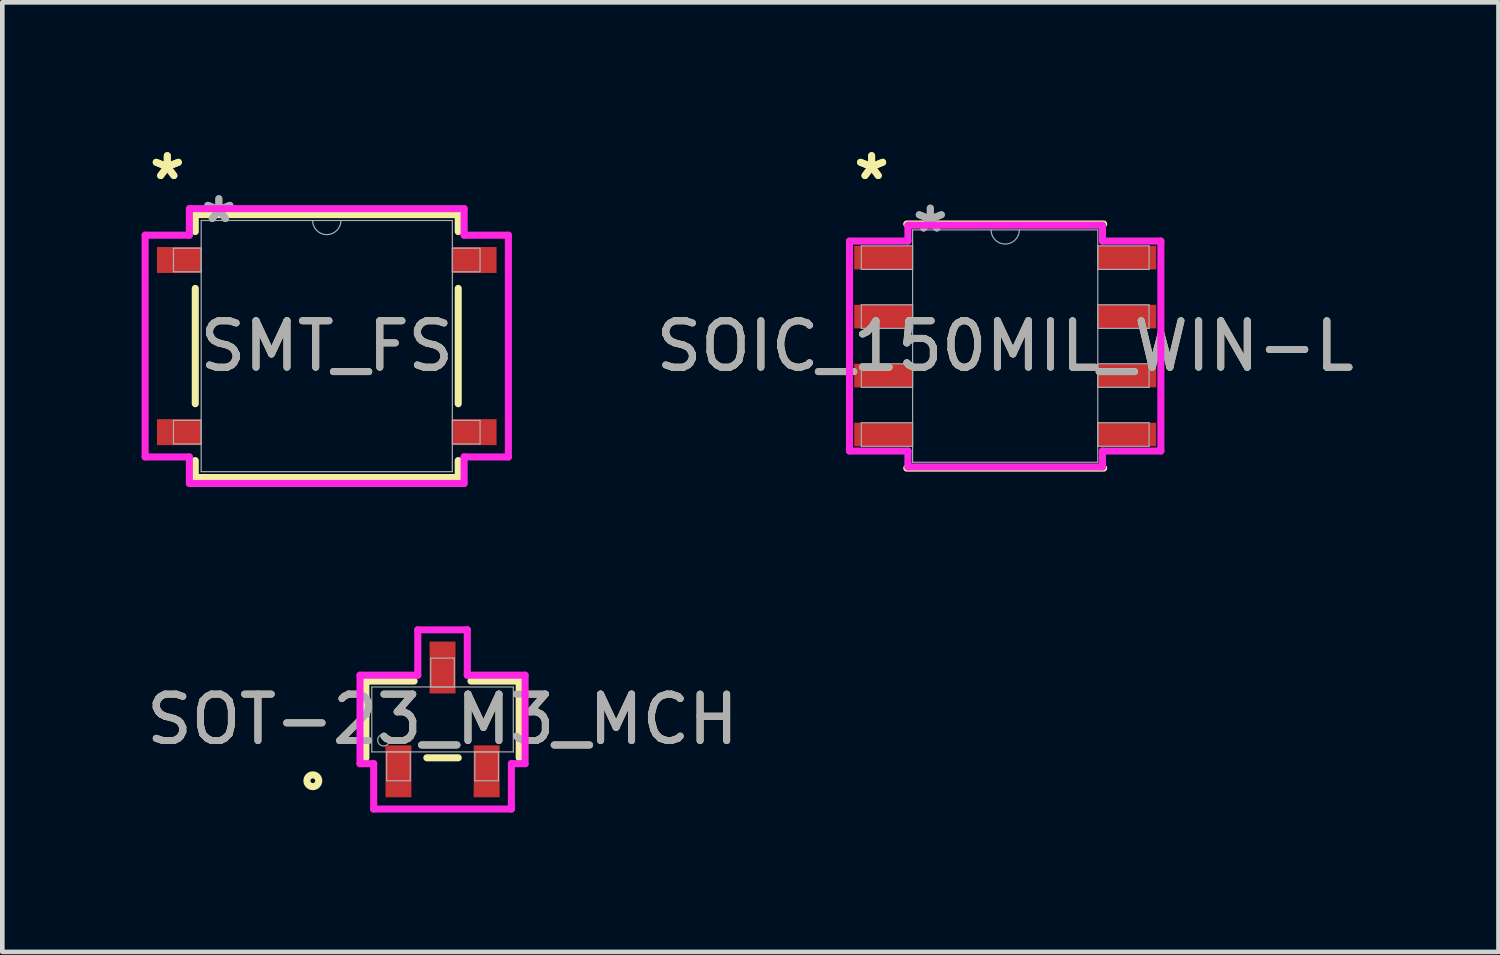
<source format=kicad_pcb>
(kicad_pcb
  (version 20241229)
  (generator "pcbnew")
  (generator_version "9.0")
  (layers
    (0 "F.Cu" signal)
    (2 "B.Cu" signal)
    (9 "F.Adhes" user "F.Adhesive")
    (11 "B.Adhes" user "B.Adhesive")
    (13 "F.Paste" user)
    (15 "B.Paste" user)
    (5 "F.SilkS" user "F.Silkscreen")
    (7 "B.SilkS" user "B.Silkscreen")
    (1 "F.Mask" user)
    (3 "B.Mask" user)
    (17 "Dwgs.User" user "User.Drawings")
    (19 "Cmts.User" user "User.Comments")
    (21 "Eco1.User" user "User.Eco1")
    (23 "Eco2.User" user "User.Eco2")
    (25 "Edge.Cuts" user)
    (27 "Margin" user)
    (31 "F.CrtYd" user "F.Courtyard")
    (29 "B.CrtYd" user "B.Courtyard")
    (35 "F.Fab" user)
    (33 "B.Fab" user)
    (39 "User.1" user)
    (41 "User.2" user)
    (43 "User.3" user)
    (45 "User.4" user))
  (footprint "SOIC_150MIL_WIN-L"
    (layer "F.Cu")
    (at 18.601 4.404)
    (property "Reference" "SOIC_150MIL_WIN-L" (at 0 0 0) (unlocked yes) (layer "F.SilkS") (effects (font (size 1 1) (thickness 0.15))))
    (attr smd)
    (fp_line (start -2.121 2.629) (end 2.121 2.629) (stroke (width 0.152) (type solid)) (layer "F.SilkS"))
    (fp_line (start 2.121 -2.629) (end -2.121 -2.629) (stroke (width 0.152) (type solid)) (layer "F.SilkS"))
    (fp_line (start -3.353 -2.261) (end -2.095 -2.261) (stroke (width 0.152) (type solid)) (layer "F.CrtYd"))
    (fp_line (start -3.353 2.261) (end -3.353 -2.261) (stroke (width 0.152) (type solid)) (layer "F.CrtYd"))
    (fp_line (start -3.353 2.261) (end -2.095 2.261) (stroke (width 0.152) (type solid)) (layer "F.CrtYd"))
    (fp_line (start -2.095 -2.603) (end 2.095 -2.603) (stroke (width 0.152) (type solid)) (layer "F.CrtYd"))
    (fp_line (start -2.095 -2.261) (end -2.095 -2.603) (stroke (width 0.152) (type solid)) (layer "F.CrtYd"))
    (fp_line (start -2.095 2.603) (end -2.095 2.261) (stroke (width 0.152) (type solid)) (layer "F.CrtYd"))
    (fp_line (start 2.095 -2.603) (end 2.095 -2.261) (stroke (width 0.152) (type solid)) (layer "F.CrtYd"))
    (fp_line (start 2.095 2.261) (end 2.095 2.603) (stroke (width 0.152) (type solid)) (layer "F.CrtYd"))
    (fp_line (start 2.095 2.603) (end -2.095 2.603) (stroke (width 0.152) (type solid)) (layer "F.CrtYd"))
    (fp_line (start 3.353 -2.261) (end 2.095 -2.261) (stroke (width 0.152) (type solid)) (layer "F.CrtYd"))
    (fp_line (start 3.353 -2.261) (end 3.353 2.261) (stroke (width 0.152) (type solid)) (layer "F.CrtYd"))
    (fp_line (start 3.353 2.261) (end 2.095 2.261) (stroke (width 0.152) (type solid)) (layer "F.CrtYd"))
    (fp_line (start -3.099 -2.159) (end -3.099 -1.651) (stroke (width 0.025) (type solid)) (layer "F.Fab"))
    (fp_line (start -3.099 -1.651) (end -1.994 -1.651) (stroke (width 0.025) (type solid)) (layer "F.Fab"))
    (fp_line (start -3.099 -0.889) (end -3.099 -0.381) (stroke (width 0.025) (type solid)) (layer "F.Fab"))
    (fp_line (start -3.099 -0.381) (end -1.994 -0.381) (stroke (width 0.025) (type solid)) (layer "F.Fab"))
    (fp_line (start -3.099 0.381) (end -3.099 0.889) (stroke (width 0.025) (type solid)) (layer "F.Fab"))
    (fp_line (start -3.099 0.889) (end -1.994 0.889) (stroke (width 0.025) (type solid)) (layer "F.Fab"))
    (fp_line (start -3.099 1.651) (end -3.099 2.159) (stroke (width 0.025) (type solid)) (layer "F.Fab"))
    (fp_line (start -3.099 2.159) (end -1.994 2.159) (stroke (width 0.025) (type solid)) (layer "F.Fab"))
    (fp_line (start -1.994 -2.502) (end -1.994 2.502) (stroke (width 0.025) (type solid)) (layer "F.Fab"))
    (fp_line (start -1.994 -2.159) (end -3.099 -2.159) (stroke (width 0.025) (type solid)) (layer "F.Fab"))
    (fp_line (start -1.994 -1.651) (end -1.994 -2.159) (stroke (width 0.025) (type solid)) (layer "F.Fab"))
    (fp_line (start -1.994 -0.889) (end -3.099 -0.889) (stroke (width 0.025) (type solid)) (layer "F.Fab"))
    (fp_line (start -1.994 -0.381) (end -1.994 -0.889) (stroke (width 0.025) (type solid)) (layer "F.Fab"))
    (fp_line (start -1.994 0.381) (end -3.099 0.381) (stroke (width 0.025) (type solid)) (layer "F.Fab"))
    (fp_line (start -1.994 0.889) (end -1.994 0.381) (stroke (width 0.025) (type solid)) (layer "F.Fab"))
    (fp_line (start -1.994 1.651) (end -3.099 1.651) (stroke (width 0.025) (type solid)) (layer "F.Fab"))
    (fp_line (start -1.994 2.159) (end -1.994 1.651) (stroke (width 0.025) (type solid)) (layer "F.Fab"))
    (fp_line (start -1.994 2.502) (end 1.994 2.502) (stroke (width 0.025) (type solid)) (layer "F.Fab"))
    (fp_line (start 1.994 -2.502) (end -1.994 -2.502) (stroke (width 0.025) (type solid)) (layer "F.Fab"))
    (fp_line (start 1.994 -2.159) (end 1.994 -1.651) (stroke (width 0.025) (type solid)) (layer "F.Fab"))
    (fp_line (start 1.994 -1.651) (end 3.099 -1.651) (stroke (width 0.025) (type solid)) (layer "F.Fab"))
    (fp_line (start 1.994 -0.889) (end 1.994 -0.381) (stroke (width 0.025) (type solid)) (layer "F.Fab"))
    (fp_line (start 1.994 -0.381) (end 3.099 -0.381) (stroke (width 0.025) (type solid)) (layer "F.Fab"))
    (fp_line (start 1.994 0.381) (end 1.994 0.889) (stroke (width 0.025) (type solid)) (layer "F.Fab"))
    (fp_line (start 1.994 0.889) (end 3.099 0.889) (stroke (width 0.025) (type solid)) (layer "F.Fab"))
    (fp_line (start 1.994 1.651) (end 1.994 2.159) (stroke (width 0.025) (type solid)) (layer "F.Fab"))
    (fp_line (start 1.994 2.159) (end 3.099 2.159) (stroke (width 0.025) (type solid)) (layer "F.Fab"))
    (fp_line (start 1.994 2.502) (end 1.994 -2.502) (stroke (width 0.025) (type solid)) (layer "F.Fab"))
    (fp_line (start 3.099 -2.159) (end 1.994 -2.159) (stroke (width 0.025) (type solid)) (layer "F.Fab"))
    (fp_line (start 3.099 -1.651) (end 3.099 -2.159) (stroke (width 0.025) (type solid)) (layer "F.Fab"))
    (fp_line (start 3.099 -0.889) (end 1.994 -0.889) (stroke (width 0.025) (type solid)) (layer "F.Fab"))
    (fp_line (start 3.099 -0.381) (end 3.099 -0.889) (stroke (width 0.025) (type solid)) (layer "F.Fab"))
    (fp_line (start 3.099 0.381) (end 1.994 0.381) (stroke (width 0.025) (type solid)) (layer "F.Fab"))
    (fp_line (start 3.099 0.889) (end 3.099 0.381) (stroke (width 0.025) (type solid)) (layer "F.Fab"))
    (fp_line (start 3.099 1.651) (end 1.994 1.651) (stroke (width 0.025) (type solid)) (layer "F.Fab"))
    (fp_line (start 3.099 2.159) (end 3.099 1.651) (stroke (width 0.025) (type solid)) (layer "F.Fab"))
    (fp_arc (start 0.3048 -2.5019) (mid 0 -2.1971) (end -0.3048 -2.5019) (stroke (width 0.0254) (type solid)) (layer "F.Fab"))
    (fp_text user "*" (at -2.877 -3.556 0) (unlocked yes) (layer "F.SilkS") (effects (font (size 1 1) (thickness 0.15))))
    (fp_text user "*" (at -2.877 -3.556 0) (layer "F.SilkS") (effects (font (size 1 1) (thickness 0.15))))
    (fp_text user "*" (at -1.613 -2.426 0) (unlocked yes) (layer "F.Fab") (effects (font (size 1 1) (thickness 0.15))))
    (fp_text user "${REFERENCE}" (at 0 0 0) (unlocked yes) (layer "F.Fab") (effects (font (size 1 1) (thickness 0.15))))
    (fp_text user "*" (at -1.613 -2.426 0) (layer "F.Fab") (effects (font (size 1 1) (thickness 0.15))))
    (pad "1" smd rect (at -2.623 -1.905) (size 1.257 0.508) (layers "F.Cu" "F.Mask" "F.Paste"))
    (pad "2" smd rect (at -2.623 -0.635) (size 1.257 0.508) (layers "F.Cu" "F.Mask" "F.Paste"))
    (pad "3" smd rect (at -2.623 0.635) (size 1.257 0.508) (layers "F.Cu" "F.Mask" "F.Paste"))
    (pad "4" smd rect (at -2.623 1.905) (size 1.257 0.508) (layers "F.Cu" "F.Mask" "F.Paste"))
    (pad "5" smd rect (at 2.623 1.905) (size 1.257 0.508) (layers "F.Cu" "F.Mask" "F.Paste"))
    (pad "6" smd rect (at 2.623 0.635) (size 1.257 0.508) (layers "F.Cu" "F.Mask" "F.Paste"))
    (pad "7" smd rect (at 2.623 -0.635) (size 1.257 0.508) (layers "F.Cu" "F.Mask" "F.Paste"))
    (pad "8" smd rect (at 2.623 -1.905) (size 1.257 0.508) (layers "F.Cu" "F.Mask" "F.Paste")))
  (footprint "SMT_FS"
    (layer "F.Cu")
    (at 3.988 4.404)
    (property "Reference" "SMT_FS" (at 0 0 0) (unlocked yes) (layer "F.SilkS") (effects (font (size 1 1) (thickness 0.15))))
    (attr smd)
    (fp_line (start -2.832 -2.832) (end -2.832 -2.466) (stroke (width 0.152) (type solid)) (layer "F.SilkS"))
    (fp_line (start -2.832 -1.242) (end -2.832 1.242) (stroke (width 0.152) (type solid)) (layer "F.SilkS"))
    (fp_line (start -2.832 2.466) (end -2.832 2.832) (stroke (width 0.152) (type solid)) (layer "F.SilkS"))
    (fp_line (start -2.832 2.832) (end 2.832 2.832) (stroke (width 0.152) (type solid)) (layer "F.SilkS"))
    (fp_line (start 2.832 -2.832) (end -2.832 -2.832) (stroke (width 0.152) (type solid)) (layer "F.SilkS"))
    (fp_line (start 2.832 -2.466) (end 2.832 -2.832) (stroke (width 0.152) (type solid)) (layer "F.SilkS"))
    (fp_line (start 2.832 1.242) (end 2.832 -1.242) (stroke (width 0.152) (type solid)) (layer "F.SilkS"))
    (fp_line (start 2.832 2.832) (end 2.832 2.466) (stroke (width 0.152) (type solid)) (layer "F.SilkS"))
    (fp_line (start -3.912 -2.388) (end -2.959 -2.388) (stroke (width 0.152) (type solid)) (layer "F.CrtYd"))
    (fp_line (start -3.912 2.388) (end -3.912 -2.388) (stroke (width 0.152) (type solid)) (layer "F.CrtYd"))
    (fp_line (start -3.912 2.388) (end -2.959 2.388) (stroke (width 0.152) (type solid)) (layer "F.CrtYd"))
    (fp_line (start -2.959 -2.959) (end 2.959 -2.959) (stroke (width 0.152) (type solid)) (layer "F.CrtYd"))
    (fp_line (start -2.959 -2.388) (end -2.959 -2.959) (stroke (width 0.152) (type solid)) (layer "F.CrtYd"))
    (fp_line (start -2.959 2.959) (end -2.959 2.388) (stroke (width 0.152) (type solid)) (layer "F.CrtYd"))
    (fp_line (start 2.959 -2.959) (end 2.959 -2.388) (stroke (width 0.152) (type solid)) (layer "F.CrtYd"))
    (fp_line (start 2.959 2.388) (end 2.959 2.959) (stroke (width 0.152) (type solid)) (layer "F.CrtYd"))
    (fp_line (start 2.959 2.959) (end -2.959 2.959) (stroke (width 0.152) (type solid)) (layer "F.CrtYd"))
    (fp_line (start 3.912 -2.388) (end 2.959 -2.388) (stroke (width 0.152) (type solid)) (layer "F.CrtYd"))
    (fp_line (start 3.912 -2.388) (end 3.912 2.388) (stroke (width 0.152) (type solid)) (layer "F.CrtYd"))
    (fp_line (start 3.912 2.388) (end 2.959 2.388) (stroke (width 0.152) (type solid)) (layer "F.CrtYd"))
    (fp_line (start -3.302 -2.108) (end -3.302 -1.6) (stroke (width 0.025) (type solid)) (layer "F.Fab"))
    (fp_line (start -3.302 -1.6) (end -2.705 -1.6) (stroke (width 0.025) (type solid)) (layer "F.Fab"))
    (fp_line (start -3.302 1.6) (end -3.302 2.108) (stroke (width 0.025) (type solid)) (layer "F.Fab"))
    (fp_line (start -3.302 2.108) (end -2.705 2.108) (stroke (width 0.025) (type solid)) (layer "F.Fab"))
    (fp_line (start -2.705 -2.705) (end -2.705 2.705) (stroke (width 0.025) (type solid)) (layer "F.Fab"))
    (fp_line (start -2.705 -2.108) (end -3.302 -2.108) (stroke (width 0.025) (type solid)) (layer "F.Fab"))
    (fp_line (start -2.705 -1.6) (end -2.705 -2.108) (stroke (width 0.025) (type solid)) (layer "F.Fab"))
    (fp_line (start -2.705 1.6) (end -3.302 1.6) (stroke (width 0.025) (type solid)) (layer "F.Fab"))
    (fp_line (start -2.705 2.108) (end -2.705 1.6) (stroke (width 0.025) (type solid)) (layer "F.Fab"))
    (fp_line (start -2.705 2.705) (end 2.705 2.705) (stroke (width 0.025) (type solid)) (layer "F.Fab"))
    (fp_line (start 2.705 -2.705) (end -2.705 -2.705) (stroke (width 0.025) (type solid)) (layer "F.Fab"))
    (fp_line (start 2.705 -2.108) (end 2.705 -1.6) (stroke (width 0.025) (type solid)) (layer "F.Fab"))
    (fp_line (start 2.705 -1.6) (end 3.302 -1.6) (stroke (width 0.025) (type solid)) (layer "F.Fab"))
    (fp_line (start 2.705 1.6) (end 2.705 2.108) (stroke (width 0.025) (type solid)) (layer "F.Fab"))
    (fp_line (start 2.705 2.108) (end 3.302 2.108) (stroke (width 0.025) (type solid)) (layer "F.Fab"))
    (fp_line (start 2.705 2.705) (end 2.705 -2.705) (stroke (width 0.025) (type solid)) (layer "F.Fab"))
    (fp_line (start 3.302 -2.108) (end 2.705 -2.108) (stroke (width 0.025) (type solid)) (layer "F.Fab"))
    (fp_line (start 3.302 -1.6) (end 3.302 -2.108) (stroke (width 0.025) (type solid)) (layer "F.Fab"))
    (fp_line (start 3.302 1.6) (end 2.705 1.6) (stroke (width 0.025) (type solid)) (layer "F.Fab"))
    (fp_line (start 3.302 2.108) (end 3.302 1.6) (stroke (width 0.025) (type solid)) (layer "F.Fab"))
    (fp_arc (start 0.3048 -2.7051) (mid 0 -2.4003) (end -0.3048 -2.7051) (stroke (width 0.0254) (type solid)) (layer "F.Fab"))
    (fp_text user "*" (at -3.435 -3.556 0) (unlocked yes) (layer "F.SilkS") (effects (font (size 1 1) (thickness 0.15))))
    (fp_text user "*" (at -3.435 -3.556 0) (layer "F.SilkS") (effects (font (size 1 1) (thickness 0.15))))
    (fp_text user "*" (at -2.324 -2.629 0) (unlocked yes) (layer "F.Fab") (effects (font (size 1 1) (thickness 0.15))))
    (fp_text user "${REFERENCE}" (at 0 0 0) (unlocked yes) (layer "F.Fab") (effects (font (size 1 1) (thickness 0.15))))
    (fp_text user "*" (at -2.324 -2.629 0) (layer "F.Fab") (effects (font (size 1 1) (thickness 0.15))))
    (pad "1" smd rect (at -3.181 -1.854) (size 0.953 0.559) (layers "F.Cu" "F.Mask" "F.Paste"))
    (pad "2" smd rect (at 3.181 -1.854) (size 0.953 0.559) (layers "F.Cu" "F.Mask" "F.Paste"))
    (pad "3" smd rect (at -3.181 1.854) (size 0.953 0.559) (layers "F.Cu" "F.Mask" "F.Paste"))
    (pad "4" smd rect (at 3.181 1.854) (size 0.953 0.559) (layers "F.Cu" "F.Mask" "F.Paste")))
  (footprint "SOT-23_M3_MCH"
    (layer "F.Cu")
    (at 6.482 12.446)
    (property "Reference" "SOT-23_M3_MCH" (at 0 0 0) (unlocked yes) (layer "F.SilkS") (effects (font (size 1 1) (thickness 0.15))))
    (attr smd)
    (fp_line (start -1.651 -0.826) (end -1.651 0.826) (stroke (width 0.152) (type solid)) (layer "F.SilkS"))
    (fp_line (start -0.612 -0.826) (end -1.651 -0.826) (stroke (width 0.152) (type solid)) (layer "F.SilkS"))
    (fp_line (start -0.338 0.826) (end 0.338 0.826) (stroke (width 0.152) (type solid)) (layer "F.SilkS"))
    (fp_line (start 1.651 -0.826) (end 0.612 -0.826) (stroke (width 0.152) (type solid)) (layer "F.SilkS"))
    (fp_line (start 1.651 0.826) (end 1.651 -0.826) (stroke (width 0.152) (type solid)) (layer "F.SilkS"))
    (fp_circle (center -2.794 1.321) (end -2.667 1.321) (stroke (width 0.152) (type solid)) (fill no) (layer "F.SilkS"))
    (fp_line (start -1.778 -0.953) (end -0.533 -0.953) (stroke (width 0.152) (type solid)) (layer "F.CrtYd"))
    (fp_line (start -1.778 0.953) (end -1.778 -0.953) (stroke (width 0.152) (type solid)) (layer "F.CrtYd"))
    (fp_line (start -1.778 0.953) (end -1.483 0.953) (stroke (width 0.152) (type solid)) (layer "F.CrtYd"))
    (fp_line (start -1.483 0.953) (end -1.483 1.93) (stroke (width 0.152) (type solid)) (layer "F.CrtYd"))
    (fp_line (start -1.483 1.93) (end 1.483 1.93) (stroke (width 0.152) (type solid)) (layer "F.CrtYd"))
    (fp_line (start -0.533 -1.93) (end 0.533 -1.93) (stroke (width 0.152) (type solid)) (layer "F.CrtYd"))
    (fp_line (start -0.533 -0.953) (end -0.533 -1.93) (stroke (width 0.152) (type solid)) (layer "F.CrtYd"))
    (fp_line (start 0.533 -0.953) (end 0.533 -1.93) (stroke (width 0.152) (type solid)) (layer "F.CrtYd"))
    (fp_line (start 1.483 0.953) (end 1.483 1.93) (stroke (width 0.152) (type solid)) (layer "F.CrtYd"))
    (fp_line (start 1.778 -0.953) (end 0.533 -0.953) (stroke (width 0.152) (type solid)) (layer "F.CrtYd"))
    (fp_line (start 1.778 -0.953) (end 1.778 0.953) (stroke (width 0.152) (type solid)) (layer "F.CrtYd"))
    (fp_line (start 1.778 0.953) (end 1.483 0.953) (stroke (width 0.152) (type solid)) (layer "F.CrtYd"))
    (fp_line (start -1.524 -0.699) (end -1.524 0.699) (stroke (width 0.025) (type solid)) (layer "F.Fab"))
    (fp_line (start -1.524 0.699) (end 1.524 0.699) (stroke (width 0.025) (type solid)) (layer "F.Fab"))
    (fp_line (start -1.204 0.699) (end -1.204 1.321) (stroke (width 0.025) (type solid)) (layer "F.Fab"))
    (fp_line (start -1.204 1.321) (end -0.696 1.321) (stroke (width 0.025) (type solid)) (layer "F.Fab"))
    (fp_line (start -0.696 0.699) (end -1.204 0.699) (stroke (width 0.025) (type solid)) (layer "F.Fab"))
    (fp_line (start -0.696 1.321) (end -0.696 0.699) (stroke (width 0.025) (type solid)) (layer "F.Fab"))
    (fp_line (start -0.254 -1.321) (end -0.254 -0.699) (stroke (width 0.025) (type solid)) (layer "F.Fab"))
    (fp_line (start -0.254 -0.699) (end 0.254 -0.699) (stroke (width 0.025) (type solid)) (layer "F.Fab"))
    (fp_line (start 0.254 -1.321) (end -0.254 -1.321) (stroke (width 0.025) (type solid)) (layer "F.Fab"))
    (fp_line (start 0.254 -0.699) (end 0.254 -1.321) (stroke (width 0.025) (type solid)) (layer "F.Fab"))
    (fp_line (start 0.696 0.699) (end 0.696 1.321) (stroke (width 0.025) (type solid)) (layer "F.Fab"))
    (fp_line (start 0.696 1.321) (end 1.204 1.321) (stroke (width 0.025) (type solid)) (layer "F.Fab"))
    (fp_line (start 1.204 0.699) (end 0.696 0.699) (stroke (width 0.025) (type solid)) (layer "F.Fab"))
    (fp_line (start 1.204 1.321) (end 1.204 0.699) (stroke (width 0.025) (type solid)) (layer "F.Fab"))
    (fp_line (start 1.524 -0.699) (end -1.524 -0.699) (stroke (width 0.025) (type solid)) (layer "F.Fab"))
    (fp_line (start 1.524 0.699) (end 1.524 -0.699) (stroke (width 0.025) (type solid)) (layer "F.Fab"))
    (fp_circle (center -1.27 0.445) (end -1.143 0.445) (stroke (width 0.025) (type solid)) (fill no) (layer "F.Fab"))
    (fp_text user "${REFERENCE}" (at 0 0 0) (unlocked yes) (layer "F.Fab") (effects (font (size 1 1) (thickness 0.15))))
    (pad "1" smd rect (at -0.95 1.118) (size 0.559 1.118) (layers "F.Cu" "F.Mask" "F.Paste"))
    (pad "2" smd rect (at 0.95 1.118) (size 0.559 1.118) (layers "F.Cu" "F.Mask" "F.Paste"))
    (pad "3" smd rect (at 0 -1.118) (size 0.559 1.118) (layers "F.Cu" "F.Mask" "F.Paste")))
  (gr_rect
    (start -3 -3)
    (end 29.226 17.453)
    (stroke (width 0.1) (type default))
    (fill no)
    (layer "Edge.Cuts")))
</source>
